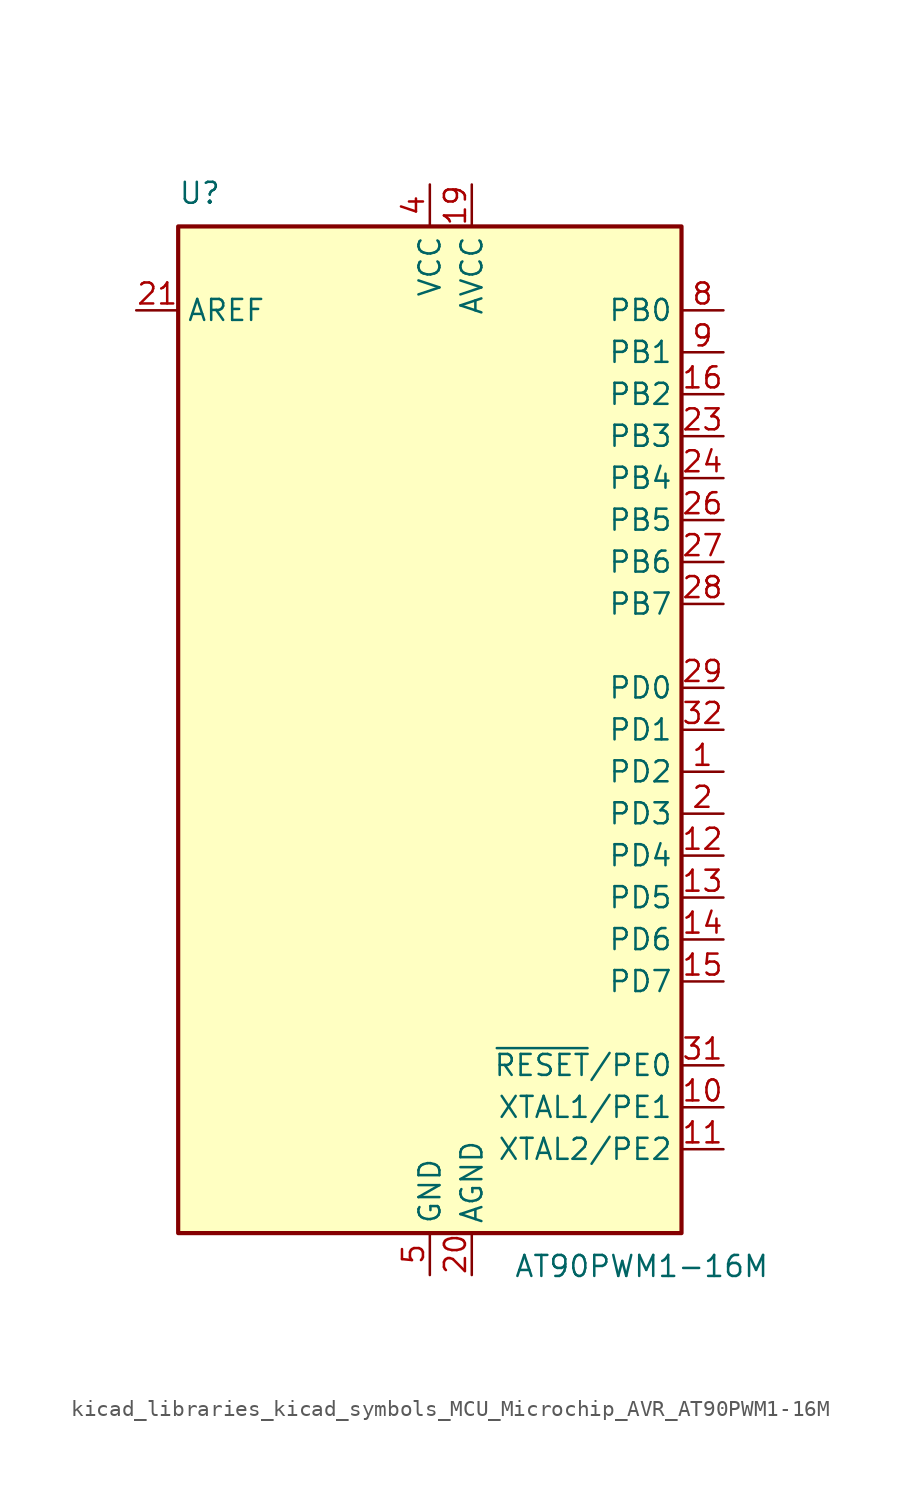
<source format=kicad_sym>
(kicad_symbol_lib
  (version 20220914)
  (generator kicad_symbol_editor)
  (symbol "kicad_libraries_kicad_symbols_MCU_Microchip_AVR_AT90PWM1-16M"
    (property "Reference" "U"
      (at -15.24 31.75 0)
      (effects (font (size 1.27 1.27)) (justify left bottom)))
    (property "Value" "AT90PWM1-16M"
      (at 5.08 -31.75 0)
      (effects (font (size 1.27 1.27)) (justify left top)))
    (symbol "kicad_libraries_kicad_symbols_MCU_Microchip_AVR_AT90PWM1-16M_0_1"
      (rectangle (start -15.24 -30.48) (end 15.24 30.48) (stroke (width 0.254) (type default)) (fill (type background))))
    (symbol "kicad_libraries_kicad_symbols_MCU_Microchip_AVR_AT90PWM1-16M_1_1"
      (pin bidirectional line (at 17.78 -2.54 180) (length 2.54) (name "PD2" (effects (font (size 1.27 1.27)))) (number "1" (effects (font (size 1.27 1.27)))))
      (pin bidirectional line (at 17.78 -22.86 180) (length 2.54) (name "XTAL1/PE1" (effects (font (size 1.27 1.27)))) (number "10" (effects (font (size 1.27 1.27)))))
      (pin bidirectional line (at 17.78 -25.4 180) (length 2.54) (name "XTAL2/PE2" (effects (font (size 1.27 1.27)))) (number "11" (effects (font (size 1.27 1.27)))))
      (pin bidirectional line (at 17.78 -7.62 180) (length 2.54) (name "PD4" (effects (font (size 1.27 1.27)))) (number "12" (effects (font (size 1.27 1.27)))))
      (pin bidirectional line (at 17.78 -10.16 180) (length 2.54) (name "PD5" (effects (font (size 1.27 1.27)))) (number "13" (effects (font (size 1.27 1.27)))))
      (pin bidirectional line (at 17.78 -12.7 180) (length 2.54) (name "PD6" (effects (font (size 1.27 1.27)))) (number "14" (effects (font (size 1.27 1.27)))))
      (pin bidirectional line (at 17.78 -15.24 180) (length 2.54) (name "PD7" (effects (font (size 1.27 1.27)))) (number "15" (effects (font (size 1.27 1.27)))))
      (pin bidirectional line (at 17.78 20.32 180) (length 2.54) (name "PB2" (effects (font (size 1.27 1.27)))) (number "16" (effects (font (size 1.27 1.27)))))
      (pin no_connect line (at -15.24 -17.78 0) (length 2.54) hide (name "NC" (effects (font (size 1.27 1.27)))) (number "17" (effects (font (size 1.27 1.27)))))
      (pin no_connect line (at -15.24 -20.32 0) (length 2.54) hide (name "NC" (effects (font (size 1.27 1.27)))) (number "18" (effects (font (size 1.27 1.27)))))
      (pin power_in line (at 2.54 33.02 270) (length 2.54) (name "AVCC" (effects (font (size 1.27 1.27)))) (number "19" (effects (font (size 1.27 1.27)))))
      (pin bidirectional line (at 17.78 -5.08 180) (length 2.54) (name "PD3" (effects (font (size 1.27 1.27)))) (number "2" (effects (font (size 1.27 1.27)))))
      (pin power_in line (at 2.54 -33.02 90) (length 2.54) (name "AGND" (effects (font (size 1.27 1.27)))) (number "20" (effects (font (size 1.27 1.27)))))
      (pin passive line (at -17.78 25.4 0) (length 2.54) (name "AREF" (effects (font (size 1.27 1.27)))) (number "21" (effects (font (size 1.27 1.27)))))
      (pin no_connect line (at -15.24 -22.86 0) (length 2.54) hide (name "NC" (effects (font (size 1.27 1.27)))) (number "22" (effects (font (size 1.27 1.27)))))
      (pin bidirectional line (at 17.78 17.78 180) (length 2.54) (name "PB3" (effects (font (size 1.27 1.27)))) (number "23" (effects (font (size 1.27 1.27)))))
      (pin bidirectional line (at 17.78 15.24 180) (length 2.54) (name "PB4" (effects (font (size 1.27 1.27)))) (number "24" (effects (font (size 1.27 1.27)))))
      (pin no_connect line (at -15.24 -25.4 0) (length 2.54) hide (name "NC" (effects (font (size 1.27 1.27)))) (number "25" (effects (font (size 1.27 1.27)))))
      (pin bidirectional line (at 17.78 12.7 180) (length 2.54) (name "PB5" (effects (font (size 1.27 1.27)))) (number "26" (effects (font (size 1.27 1.27)))))
      (pin bidirectional line (at 17.78 10.16 180) (length 2.54) (name "PB6" (effects (font (size 1.27 1.27)))) (number "27" (effects (font (size 1.27 1.27)))))
      (pin bidirectional line (at 17.78 7.62 180) (length 2.54) (name "PB7" (effects (font (size 1.27 1.27)))) (number "28" (effects (font (size 1.27 1.27)))))
      (pin bidirectional line (at 17.78 2.54 180) (length 2.54) (name "PD0" (effects (font (size 1.27 1.27)))) (number "29" (effects (font (size 1.27 1.27)))))
      (pin no_connect line (at -15.24 -10.16 0) (length 2.54) hide (name "NC" (effects (font (size 1.27 1.27)))) (number "3" (effects (font (size 1.27 1.27)))))
      (pin no_connect line (at -15.24 -27.94 0) (length 2.54) hide (name "NC" (effects (font (size 1.27 1.27)))) (number "30" (effects (font (size 1.27 1.27)))))
      (pin bidirectional line (at 17.78 -20.32 180) (length 2.54) (name "~{RESET}/PE0" (effects (font (size 1.27 1.27)))) (number "31" (effects (font (size 1.27 1.27)))))
      (pin bidirectional line (at 17.78 0 180) (length 2.54) (name "PD1" (effects (font (size 1.27 1.27)))) (number "32" (effects (font (size 1.27 1.27)))))
      (pin passive line (at 0 -33.02 90) (length 2.54) hide (name "GND" (effects (font (size 1.27 1.27)))) (number "33" (effects (font (size 1.27 1.27)))))
      (pin power_in line (at 0 33.02 270) (length 2.54) (name "VCC" (effects (font (size 1.27 1.27)))) (number "4" (effects (font (size 1.27 1.27)))))
      (pin power_in line (at 0 -33.02 90) (length 2.54) (name "GND" (effects (font (size 1.27 1.27)))) (number "5" (effects (font (size 1.27 1.27)))))
      (pin no_connect line (at -15.24 -12.7 0) (length 2.54) hide (name "NC" (effects (font (size 1.27 1.27)))) (number "6" (effects (font (size 1.27 1.27)))))
      (pin no_connect line (at -15.24 -15.24 0) (length 2.54) hide (name "NC" (effects (font (size 1.27 1.27)))) (number "7" (effects (font (size 1.27 1.27)))))
      (pin bidirectional line (at 17.78 25.4 180) (length 2.54) (name "PB0" (effects (font (size 1.27 1.27)))) (number "8" (effects (font (size 1.27 1.27)))))
      (pin bidirectional line (at 17.78 22.86 180) (length 2.54) (name "PB1" (effects (font (size 1.27 1.27)))) (number "9" (effects (font (size 1.27 1.27))))))))
</source>
